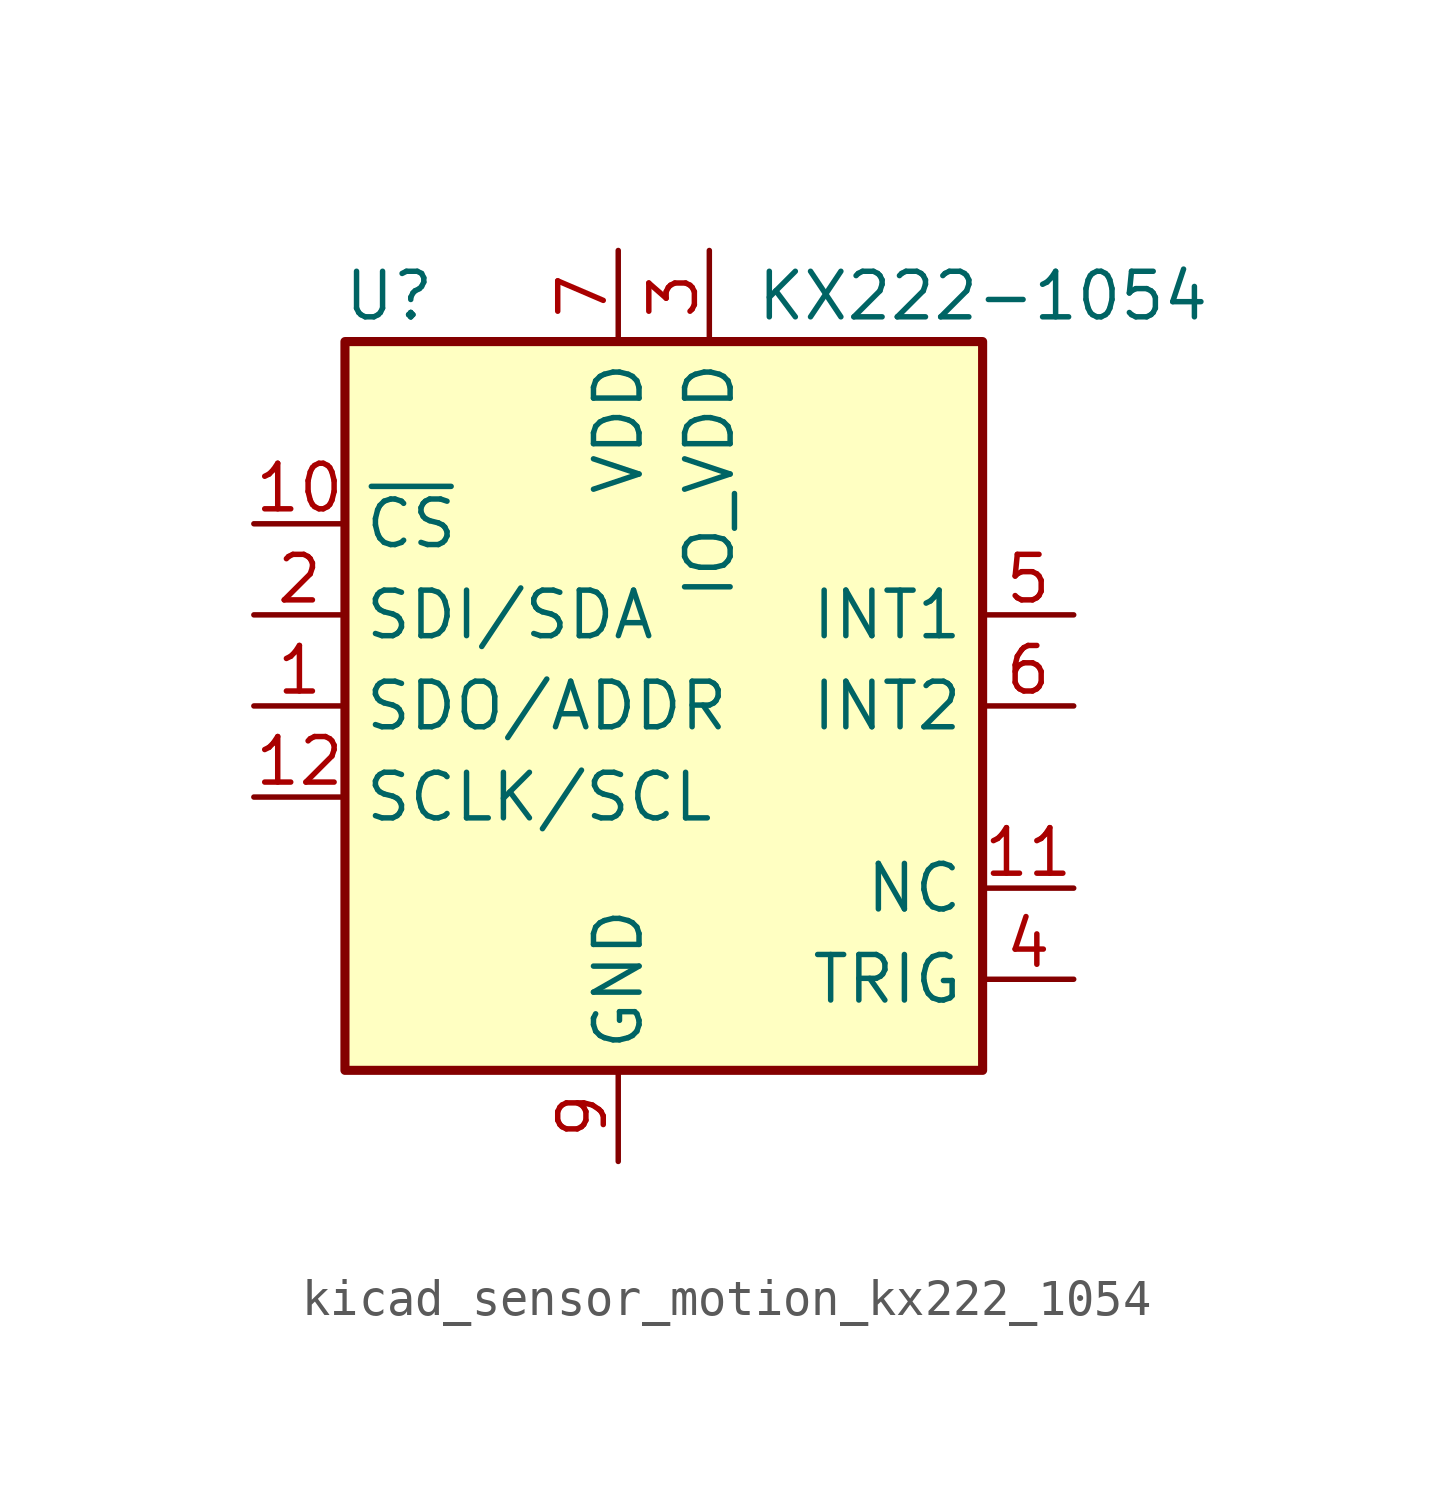
<source format=kicad_sym>
(kicad_symbol_lib
  (version 20220914)
  (generator kicad_symbol_editor)
  (symbol "kicad_sensor_motion_kx222_1054"
    (property "Reference" "U"
      (at -5.08 11.43 0)
      (effects (font (size 1.27 1.27)) (justify right)))
    (property "Value" "KX222-1054"
      (at 3.81 11.43 0)
      (effects (font (size 1.27 1.27)) (justify left)))
    (symbol "kicad_sensor_motion_kx222_1054_0_1"
      (rectangle (start -7.62 10.16) (end 10.16 -10.16) (stroke (width 0.254) (type default)) (fill (type background))))
    (symbol "kicad_sensor_motion_kx222_1054_1_1"
      (pin bidirectional line (at -10.16 0 0) (length 2.54) (name "SDO/ADDR" (effects (font (size 1.27 1.27)))) (number "1" (effects (font (size 1.27 1.27)))))
      (pin input line (at -10.16 5.08 0) (length 2.54) (name "~{CS}" (effects (font (size 1.27 1.27)))) (number "10" (effects (font (size 1.27 1.27)))))
      (pin passive line (at 12.7 -5.08 180) (length 2.54) (name "NC" (effects (font (size 1.27 1.27)))) (number "11" (effects (font (size 1.27 1.27)))))
      (pin input line (at -10.16 -2.54 0) (length 2.54) (name "SCLK/SCL" (effects (font (size 1.27 1.27)))) (number "12" (effects (font (size 1.27 1.27)))))
      (pin bidirectional line (at -10.16 2.54 0) (length 2.54) (name "SDI/SDA" (effects (font (size 1.27 1.27)))) (number "2" (effects (font (size 1.27 1.27)))))
      (pin power_in line (at 2.54 12.7 270) (length 2.54) (name "IO_VDD" (effects (font (size 1.27 1.27)))) (number "3" (effects (font (size 1.27 1.27)))))
      (pin input line (at 12.7 -7.62 180) (length 2.54) (name "TRIG" (effects (font (size 1.27 1.27)))) (number "4" (effects (font (size 1.27 1.27)))))
      (pin output line (at 12.7 2.54 180) (length 2.54) (name "INT1" (effects (font (size 1.27 1.27)))) (number "5" (effects (font (size 1.27 1.27)))))
      (pin output line (at 12.7 0 180) (length 2.54) (name "INT2" (effects (font (size 1.27 1.27)))) (number "6" (effects (font (size 1.27 1.27)))))
      (pin power_in line (at 0 12.7 270) (length 2.54) (name "VDD" (effects (font (size 1.27 1.27)))) (number "7" (effects (font (size 1.27 1.27)))))
      (pin power_in line (at 0 -12.7 90) (length 2.54) (name "GND" (effects (font (size 1.27 1.27)))) (number "9" (effects (font (size 1.27 1.27))))))))
</source>
